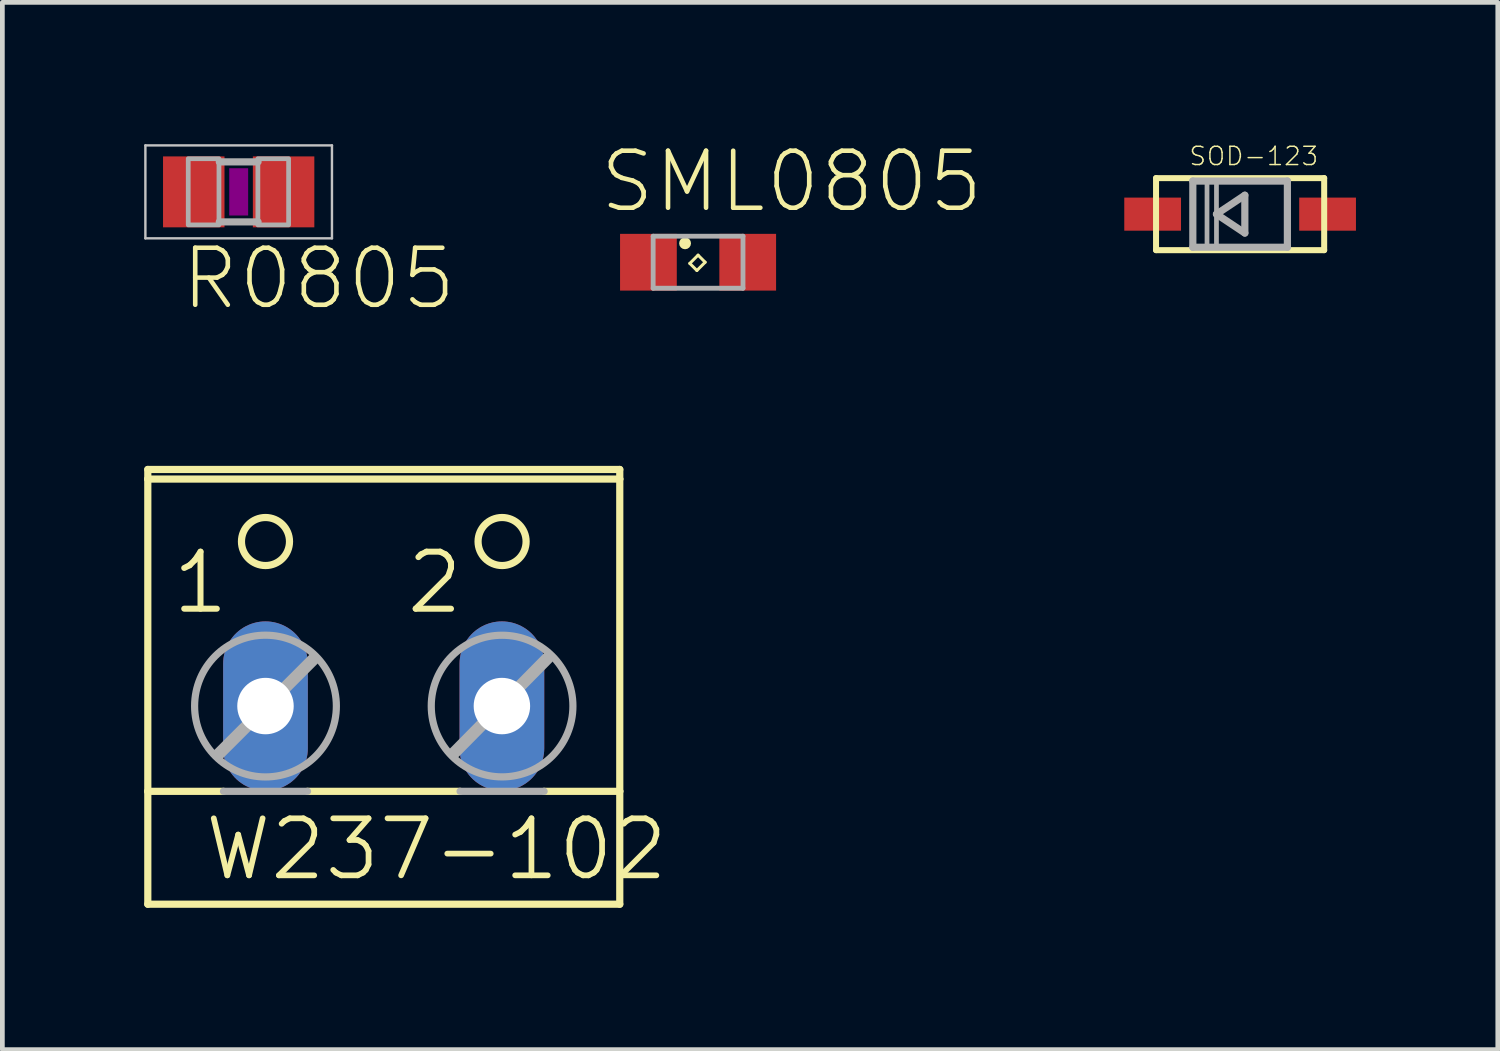
<source format=kicad_pcb>
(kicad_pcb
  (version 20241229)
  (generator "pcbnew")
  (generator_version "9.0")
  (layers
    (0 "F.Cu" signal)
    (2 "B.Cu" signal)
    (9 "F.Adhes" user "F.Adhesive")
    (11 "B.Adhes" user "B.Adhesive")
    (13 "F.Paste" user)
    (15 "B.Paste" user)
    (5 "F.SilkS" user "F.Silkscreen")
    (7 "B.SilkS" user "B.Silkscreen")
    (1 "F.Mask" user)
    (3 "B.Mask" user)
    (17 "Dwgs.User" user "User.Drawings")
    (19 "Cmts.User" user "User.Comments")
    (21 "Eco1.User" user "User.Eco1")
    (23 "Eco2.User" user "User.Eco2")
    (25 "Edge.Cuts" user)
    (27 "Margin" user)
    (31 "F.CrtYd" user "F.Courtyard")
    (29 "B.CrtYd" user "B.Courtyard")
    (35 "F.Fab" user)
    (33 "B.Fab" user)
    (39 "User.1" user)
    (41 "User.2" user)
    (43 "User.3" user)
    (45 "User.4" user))
  (footprint "W237-102"
    (layer "F.Cu")
    (at 5.065 10.613)
    (property "Reference" "W237-102" (at -3.846 5.004 180) (layer "F.SilkS") (effects (font (size 1.206 1.206) (thickness 0.121)) (justify left bottom)))
    (attr through_hole)
    (fp_line (start -4.989 -3.531) (end -4.989 -3.734) (stroke (width 0.152) (type solid)) (layer "F.SilkS"))
    (fp_line (start -4.989 -3.531) (end 4.993 -3.531) (stroke (width 0.152) (type solid)) (layer "F.SilkS"))
    (fp_line (start -4.989 3.073) (end -4.989 -3.531) (stroke (width 0.152) (type solid)) (layer "F.SilkS"))
    (fp_line (start -4.989 3.073) (end -3.389 3.073) (stroke (width 0.152) (type solid)) (layer "F.SilkS"))
    (fp_line (start -4.989 5.461) (end -4.989 3.073) (stroke (width 0.152) (type solid)) (layer "F.SilkS"))
    (fp_line (start -4.989 5.461) (end 4.993 5.461) (stroke (width 0.152) (type solid)) (layer "F.SilkS"))
    (fp_line (start -1.611 3.073) (end 1.615 3.073) (stroke (width 0.152) (type solid)) (layer "F.SilkS"))
    (fp_line (start 3.393 3.073) (end 4.993 3.073) (stroke (width 0.152) (type solid)) (layer "F.SilkS"))
    (fp_line (start 4.993 -3.734) (end -4.989 -3.734) (stroke (width 0.152) (type solid)) (layer "F.SilkS"))
    (fp_line (start 4.993 -3.734) (end 4.993 -3.531) (stroke (width 0.152) (type solid)) (layer "F.SilkS"))
    (fp_line (start 4.993 -3.531) (end 4.993 3.073) (stroke (width 0.152) (type solid)) (layer "F.SilkS"))
    (fp_line (start 4.993 3.073) (end 4.993 5.461) (stroke (width 0.152) (type solid)) (layer "F.SilkS"))
    (fp_circle (center -2.5 -2.21) (end -1.992 -2.21) (stroke (width 0.152) (type solid)) (fill no) (layer "F.SilkS"))
    (fp_circle (center 2.504 -2.21) (end 3.012 -2.21) (stroke (width 0.152) (type solid)) (fill no) (layer "F.SilkS"))
    (fp_line (start -3.491 2.286) (end -1.484 0.279) (stroke (width 0.254) (type solid)) (layer "F.Fab"))
    (fp_line (start -3.389 3.073) (end -1.611 3.073) (stroke (width 0.152) (type solid)) (layer "F.Fab"))
    (fp_line (start 1.488 2.261) (end 3.469 0.254) (stroke (width 0.254) (type solid)) (layer "F.Fab"))
    (fp_line (start 1.615 3.073) (end 3.393 3.073) (stroke (width 0.152) (type solid)) (layer "F.Fab"))
    (fp_circle (center -2.5 1.27) (end -1.001 1.27) (stroke (width 0.152) (type solid)) (fill no) (layer "F.Fab"))
    (fp_circle (center 2.504 1.27) (end 4.002 1.27) (stroke (width 0.152) (type solid)) (fill no) (layer "F.Fab"))
    (fp_text user "1" (at -4.532 -0.635 0) (layer "F.SilkS") (effects (font (size 1.206 1.206) (thickness 0.127)) (justify left bottom)))
    (fp_text user "2" (at 0.421 -0.635 0) (layer "F.SilkS") (effects (font (size 1.206 1.206) (thickness 0.127)) (justify left bottom)))
    (pad "1" thru_hole oval (at -2.5 1.27 90) (size 3.581 1.791) (drill 1.194) (layers "*.Cu" "*.Mask"))
    (pad "2" thru_hole oval (at 2.5 1.27 90) (size 3.581 1.791) (drill 1.194) (layers "*.Cu" "*.Mask")))
  (footprint "R0805"
    (layer "F.Cu")
    (at 1.998 1.008)
    (property "Reference" "R0805" (at -1.27 2.54 180) (layer "F.SilkS") (effects (font (size 1.206 1.206) (thickness 0.097)) (justify left bottom)))
    (attr through_hole)
    (fp_poly (pts (xy -0.2 0.5) (xy 0.2 0.5) (xy 0.2 -0.5) (xy -0.2 -0.5)) (stroke (width 0) (type solid)) (fill yes) (layer "F.Adhes"))
    (fp_line (start -1.973 -0.983) (end 1.973 -0.983) (stroke (width 0.051) (type solid)) (layer "Dwgs.User"))
    (fp_line (start -1.973 0.983) (end -1.973 -0.983) (stroke (width 0.051) (type solid)) (layer "Dwgs.User"))
    (fp_line (start 1.973 -0.983) (end 1.973 0.983) (stroke (width 0.051) (type solid)) (layer "Dwgs.User"))
    (fp_line (start 1.973 0.983) (end -1.973 0.983) (stroke (width 0.051) (type solid)) (layer "Dwgs.User"))
    (fp_line (start -0.41 -0.635) (end 0.41 -0.635) (stroke (width 0.152) (type solid)) (layer "F.Fab"))
    (fp_line (start -0.41 0.635) (end 0.41 0.635) (stroke (width 0.152) (type solid)) (layer "F.Fab"))
    (fp_poly (pts (xy -1.067 0.699) (xy -0.417 0.699) (xy -0.417 -0.702) (xy -1.067 -0.702)) (stroke (width 0.1) (type solid)) (fill no) (layer "F.Fab"))
    (fp_poly (pts (xy 0.406 0.699) (xy 1.056 0.699) (xy 1.056 -0.702) (xy 0.406 -0.702)) (stroke (width 0.1) (type solid)) (fill no) (layer "F.Fab"))
    (pad "1" smd rect (at -0.95 0) (size 1.3 1.5) (layers "F.Cu" "F.Mask" "F.Paste"))
    (pad "2" smd rect (at 0.95 0) (size 1.3 1.5) (layers "F.Cu" "F.Mask" "F.Paste")))
  (footprint "SOD-123"
    (layer "F.Cu")
    (at 23.178 1.479)
    (property "Reference" "SOD-123" (at -1.1 -1 180) (layer "F.SilkS") (effects (font (size 0.386 0.386) (thickness 0.031)) (justify left bottom)))
    (attr through_hole)
    (fp_line (start -1.778 -0.762) (end 1.778 -0.762) (stroke (width 0.127) (type solid)) (layer "F.SilkS"))
    (fp_line (start -1.778 0.762) (end -1.778 -0.762) (stroke (width 0.127) (type solid)) (layer "F.SilkS"))
    (fp_line (start 1.778 -0.762) (end 1.778 0.762) (stroke (width 0.127) (type solid)) (layer "F.SilkS"))
    (fp_line (start 1.778 0.762) (end -1.778 0.762) (stroke (width 0.127) (type solid)) (layer "F.SilkS"))
    (fp_line (start -1 -0.7) (end 1 -0.7) (stroke (width 0.152) (type solid)) (layer "F.Fab"))
    (fp_line (start -1 0.7) (end -1 -0.7) (stroke (width 0.152) (type solid)) (layer "F.Fab"))
    (fp_line (start -0.5 0) (end 0.1 -0.4) (stroke (width 0.152) (type solid)) (layer "F.Fab"))
    (fp_line (start 0.1 -0.4) (end 0.1 0.4) (stroke (width 0.152) (type solid)) (layer "F.Fab"))
    (fp_line (start 0.1 0.4) (end -0.5 0) (stroke (width 0.152) (type solid)) (layer "F.Fab"))
    (fp_line (start 1 -0.7) (end 1 0.7) (stroke (width 0.152) (type solid)) (layer "F.Fab"))
    (fp_line (start 1 0.7) (end -1 0.7) (stroke (width 0.152) (type solid)) (layer "F.Fab"))
    (fp_poly (pts (xy -0.7 0.7) (xy -0.5 0.7) (xy -0.5 -0.7) (xy -0.7 -0.7)) (stroke (width 0.1) (type solid)) (fill no) (layer "F.Fab"))
    (pad "A" smd rect (at 1.85 0) (size 1.2 0.7) (layers "F.Cu" "F.Mask" "F.Paste"))
    (pad "C" smd rect (at -1.85 0) (size 1.2 0.7) (layers "F.Cu" "F.Mask" "F.Paste")))
  (footprint "SML0805"
    (layer "F.Cu")
    (at 11.714 2.496)
    (property "Reference" "SML0805" (at -2.135 -1 180) (layer "F.SilkS") (effects (font (size 1.206 1.206) (thickness 0.097)) (justify left bottom)))
    (attr through_hole)
    (fp_line (start -0.175 0.025) (end 0 -0.15) (stroke (width 0.063) (type solid)) (layer "F.SilkS"))
    (fp_line (start -0.025 0.175) (end -0.175 0.025) (stroke (width 0.063) (type solid)) (layer "F.SilkS"))
    (fp_line (start 0 -0.15) (end 0.15 0) (stroke (width 0.063) (type solid)) (layer "F.SilkS"))
    (fp_line (start 0.15 0) (end -0.025 0.175) (stroke (width 0.063) (type solid)) (layer "F.SilkS"))
    (fp_circle (center -0.275 -0.4) (end -0.212 -0.4) (stroke (width 0.125) (type solid)) (fill no) (layer "F.SilkS"))
    (fp_line (start -0.95 -0.55) (end -0.95 0.55) (stroke (width 0.102) (type solid)) (layer "F.Fab"))
    (fp_line (start -0.95 0.55) (end 0.95 0.55) (stroke (width 0.102) (type solid)) (layer "F.Fab"))
    (fp_line (start 0.95 -0.55) (end -0.95 -0.55) (stroke (width 0.102) (type solid)) (layer "F.Fab"))
    (fp_line (start 0.95 0.55) (end 0.95 -0.55) (stroke (width 0.102) (type solid)) (layer "F.Fab"))
    (pad "A" smd rect (at 1.05 0) (size 1.2 1.2) (layers "F.Cu" "F.Mask" "F.Paste"))
    (pad "C" smd rect (at -1.05 0) (size 1.2 1.2) (layers "F.Cu" "F.Mask" "F.Paste")))
  (gr_rect
    (start -3 -3)
    (end 28.628 19.15)
    (stroke (width 0.1) (type default))
    (fill no)
    (layer "Edge.Cuts")))
</source>
